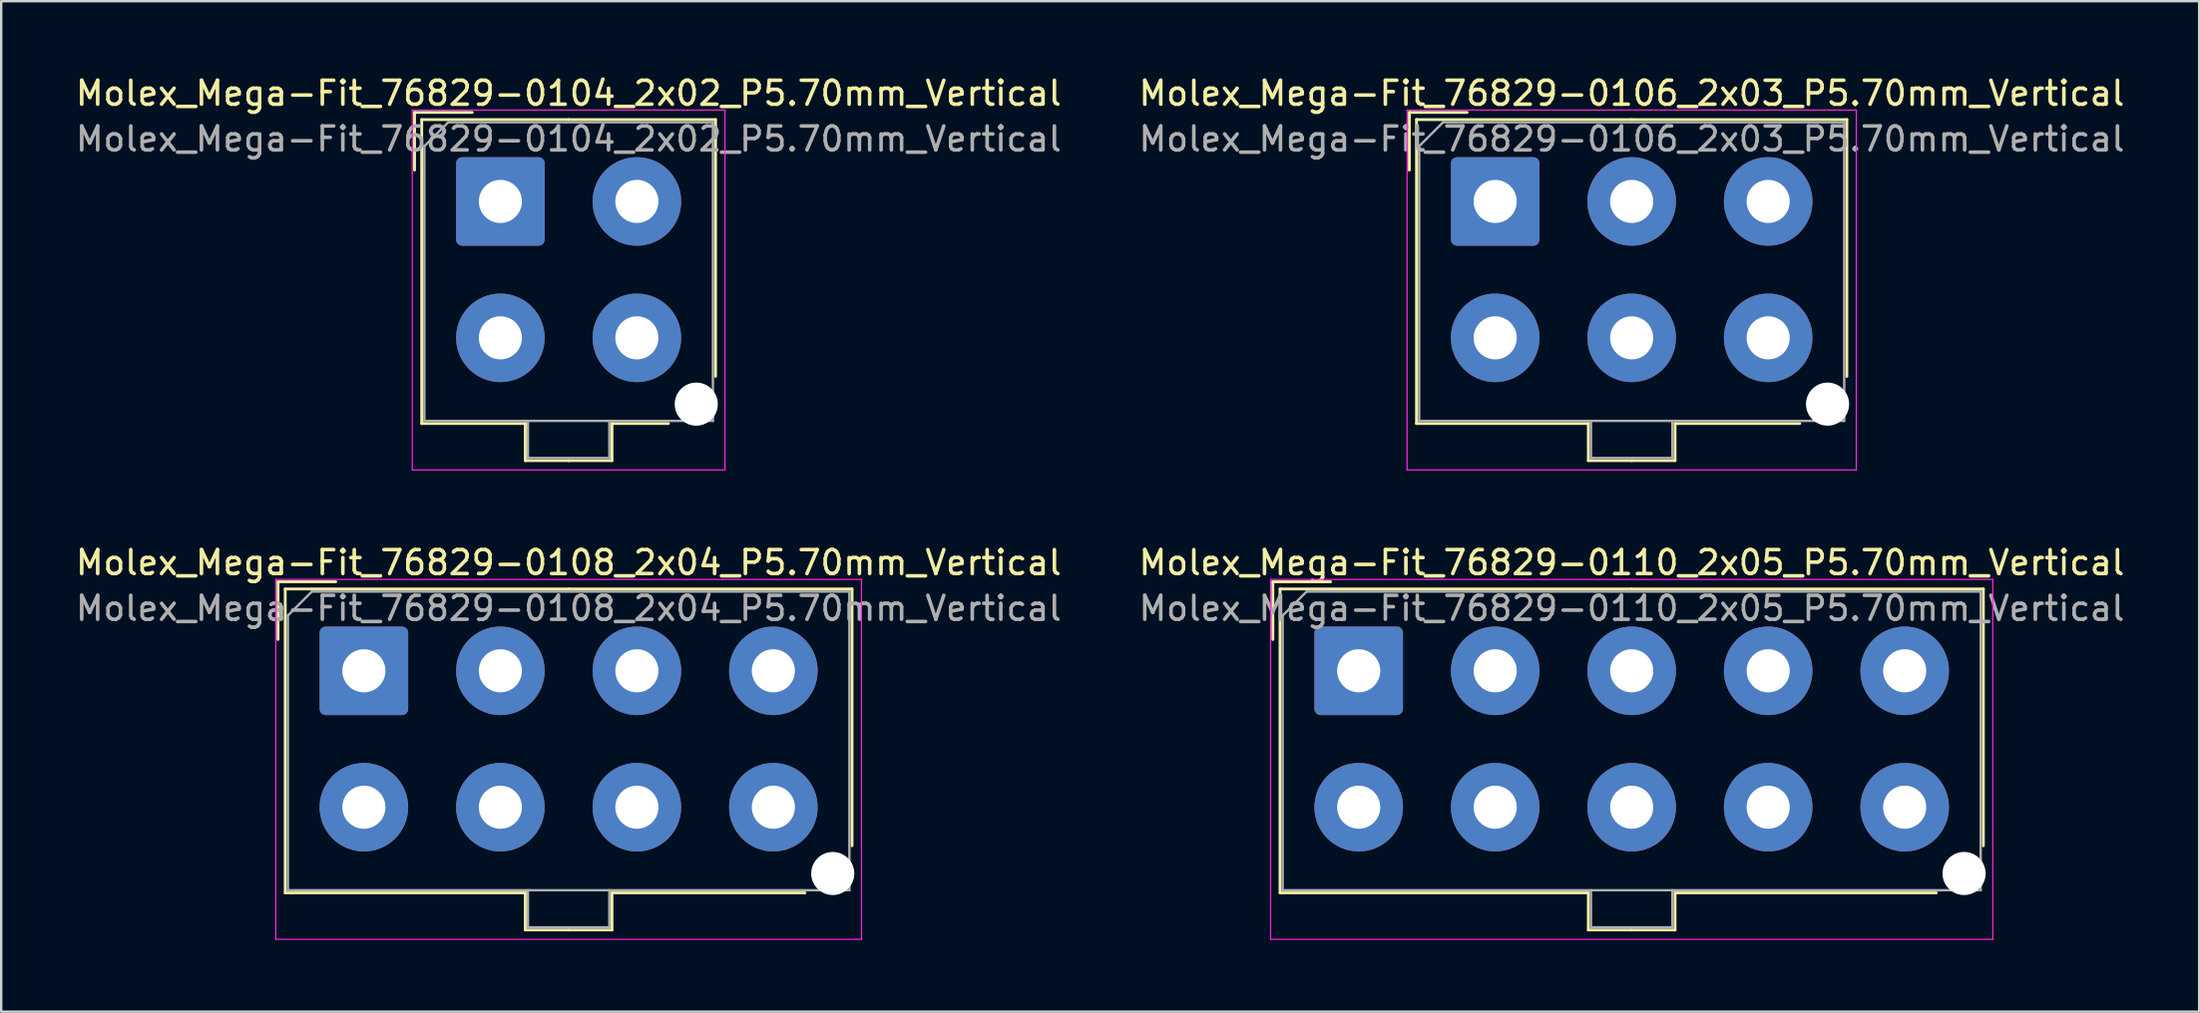
<source format=kicad_pcb>
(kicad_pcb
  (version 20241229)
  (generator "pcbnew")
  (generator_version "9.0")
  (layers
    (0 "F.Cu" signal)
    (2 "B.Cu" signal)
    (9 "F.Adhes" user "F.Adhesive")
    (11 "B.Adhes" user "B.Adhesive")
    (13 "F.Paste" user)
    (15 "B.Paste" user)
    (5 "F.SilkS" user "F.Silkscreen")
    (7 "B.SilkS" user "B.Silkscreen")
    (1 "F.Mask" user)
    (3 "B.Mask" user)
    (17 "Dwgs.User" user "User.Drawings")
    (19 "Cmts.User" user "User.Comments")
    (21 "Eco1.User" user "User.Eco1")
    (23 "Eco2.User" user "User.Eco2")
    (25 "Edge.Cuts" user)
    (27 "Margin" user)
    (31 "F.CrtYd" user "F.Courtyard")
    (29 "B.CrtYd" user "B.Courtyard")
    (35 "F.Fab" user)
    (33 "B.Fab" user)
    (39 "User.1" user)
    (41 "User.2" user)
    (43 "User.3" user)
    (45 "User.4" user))
  (footprint "Molex_Mega-Fit_76829-0108_2x04_P5.70mm_Vertical"
    (layer "F.Cu")
    (at 12.146 24.982)
    (property "Reference" "Molex_Mega-Fit_76829-0108_2x04_P5.70mm_Vertical" (at 8.55 -4.52 0) (layer "F.SilkS") (effects (font (size 1 1) (thickness 0.15))))
    (attr through_hole)
    (fp_line (start -3.585 -3.72) (end -1.175 -3.72) (stroke (width 0.12) (type solid)) (layer "F.SilkS"))
    (fp_line (start -3.585 -1.31) (end -3.585 -3.72) (stroke (width 0.12) (type solid)) (layer "F.SilkS"))
    (fp_line (start -3.285 -3.42) (end -3.285 9.28) (stroke (width 0.12) (type solid)) (layer "F.SilkS"))
    (fp_line (start -3.285 9.28) (end 6.74 9.28) (stroke (width 0.12) (type solid)) (layer "F.SilkS"))
    (fp_line (start 6.74 9.28) (end 6.74 10.83) (stroke (width 0.12) (type solid)) (layer "F.SilkS"))
    (fp_line (start 6.74 10.83) (end 8.55 10.83) (stroke (width 0.12) (type solid)) (layer "F.SilkS"))
    (fp_line (start 8.55 -3.42) (end -3.285 -3.42) (stroke (width 0.12) (type solid)) (layer "F.SilkS"))
    (fp_line (start 8.55 -3.42) (end 20.385 -3.42) (stroke (width 0.12) (type solid)) (layer "F.SilkS"))
    (fp_line (start 10.36 9.28) (end 10.36 10.83) (stroke (width 0.12) (type solid)) (layer "F.SilkS"))
    (fp_line (start 10.36 10.83) (end 8.55 10.83) (stroke (width 0.12) (type solid)) (layer "F.SilkS"))
    (fp_line (start 18.42 9.28) (end 10.36 9.28) (stroke (width 0.12) (type solid)) (layer "F.SilkS"))
    (fp_line (start 20.385 -3.42) (end 20.385 7.31) (stroke (width 0.12) (type solid)) (layer "F.SilkS"))
    (fp_line (start -3.68 -3.82) (end -3.68 11.22) (stroke (width 0.05) (type solid)) (layer "F.CrtYd"))
    (fp_line (start -3.68 11.22) (end 20.78 11.22) (stroke (width 0.05) (type solid)) (layer "F.CrtYd"))
    (fp_line (start 20.78 -3.82) (end -3.68 -3.82) (stroke (width 0.05) (type solid)) (layer "F.CrtYd"))
    (fp_line (start 20.78 11.22) (end 20.78 -3.82) (stroke (width 0.05) (type solid)) (layer "F.CrtYd"))
    (fp_line (start -3.175 -2.31) (end -3.175 9.17) (stroke (width 0.1) (type solid)) (layer "F.Fab"))
    (fp_line (start -3.175 9.17) (end 20.275 9.17) (stroke (width 0.1) (type solid)) (layer "F.Fab"))
    (fp_line (start -2.175 -3.31) (end -3.175 -2.31) (stroke (width 0.1) (type solid)) (layer "F.Fab"))
    (fp_line (start 6.85 9.17) (end 6.85 10.72) (stroke (width 0.1) (type solid)) (layer "F.Fab"))
    (fp_line (start 6.85 10.72) (end 10.25 10.72) (stroke (width 0.1) (type solid)) (layer "F.Fab"))
    (fp_line (start 10.25 10.72) (end 10.25 9.17) (stroke (width 0.1) (type solid)) (layer "F.Fab"))
    (fp_line (start 20.275 -3.31) (end -2.175 -3.31) (stroke (width 0.1) (type solid)) (layer "F.Fab"))
    (fp_line (start 20.275 9.17) (end 20.275 -3.31) (stroke (width 0.1) (type solid)) (layer "F.Fab"))
    (fp_text user "${REFERENCE}" (at 8.55 -2.61 0) (layer "F.Fab") (effects (font (size 1 1) (thickness 0.15))))
    (pad "" np_thru_hole circle (at 19.58 8.47) (size 1.8 1.8) (drill 1.8) (layers "*.Cu" "*.Mask"))
    (pad "1" thru_hole roundrect (at 0 0) (size 3.7 3.7) (drill 1.8) (layers "*.Cu" "*.Mask") (roundrect_rratio 0.068))
    (pad "2" thru_hole circle (at 5.7 0) (size 3.7 3.7) (drill 1.8) (layers "*.Cu" "*.Mask"))
    (pad "3" thru_hole circle (at 11.4 0) (size 3.7 3.7) (drill 1.8) (layers "*.Cu" "*.Mask"))
    (pad "4" thru_hole circle (at 17.1 0) (size 3.7 3.7) (drill 1.8) (layers "*.Cu" "*.Mask"))
    (pad "5" thru_hole circle (at 0 5.7) (size 3.7 3.7) (drill 1.8) (layers "*.Cu" "*.Mask"))
    (pad "6" thru_hole circle (at 5.7 5.7) (size 3.7 3.7) (drill 1.8) (layers "*.Cu" "*.Mask"))
    (pad "7" thru_hole circle (at 11.4 5.7) (size 3.7 3.7) (drill 1.8) (layers "*.Cu" "*.Mask"))
    (pad "8" thru_hole circle (at 17.1 5.7) (size 3.7 3.7) (drill 1.8) (layers "*.Cu" "*.Mask")))
  (footprint "Molex_Mega-Fit_76829-0104_2x02_P5.70mm_Vertical"
    (layer "F.Cu")
    (at 17.846 5.368)
    (property "Reference" "Molex_Mega-Fit_76829-0104_2x02_P5.70mm_Vertical" (at 2.85 -4.52 0) (layer "F.SilkS") (effects (font (size 1 1) (thickness 0.15))))
    (attr through_hole)
    (fp_line (start -3.585 -3.72) (end -1.175 -3.72) (stroke (width 0.12) (type solid)) (layer "F.SilkS"))
    (fp_line (start -3.585 -1.31) (end -3.585 -3.72) (stroke (width 0.12) (type solid)) (layer "F.SilkS"))
    (fp_line (start -3.285 -3.42) (end -3.285 9.28) (stroke (width 0.12) (type solid)) (layer "F.SilkS"))
    (fp_line (start -3.285 9.28) (end 1.04 9.28) (stroke (width 0.12) (type solid)) (layer "F.SilkS"))
    (fp_line (start 1.04 9.28) (end 1.04 10.83) (stroke (width 0.12) (type solid)) (layer "F.SilkS"))
    (fp_line (start 1.04 10.83) (end 2.85 10.83) (stroke (width 0.12) (type solid)) (layer "F.SilkS"))
    (fp_line (start 2.85 -3.42) (end -3.285 -3.42) (stroke (width 0.12) (type solid)) (layer "F.SilkS"))
    (fp_line (start 2.85 -3.42) (end 8.985 -3.42) (stroke (width 0.12) (type solid)) (layer "F.SilkS"))
    (fp_line (start 4.66 9.28) (end 4.66 10.83) (stroke (width 0.12) (type solid)) (layer "F.SilkS"))
    (fp_line (start 4.66 10.83) (end 2.85 10.83) (stroke (width 0.12) (type solid)) (layer "F.SilkS"))
    (fp_line (start 7.02 9.28) (end 4.66 9.28) (stroke (width 0.12) (type solid)) (layer "F.SilkS"))
    (fp_line (start 8.985 -3.42) (end 8.985 7.31) (stroke (width 0.12) (type solid)) (layer "F.SilkS"))
    (fp_line (start -3.68 -3.82) (end -3.68 11.22) (stroke (width 0.05) (type solid)) (layer "F.CrtYd"))
    (fp_line (start -3.68 11.22) (end 9.38 11.22) (stroke (width 0.05) (type solid)) (layer "F.CrtYd"))
    (fp_line (start 9.38 -3.82) (end -3.68 -3.82) (stroke (width 0.05) (type solid)) (layer "F.CrtYd"))
    (fp_line (start 9.38 11.22) (end 9.38 -3.82) (stroke (width 0.05) (type solid)) (layer "F.CrtYd"))
    (fp_line (start -3.175 -2.31) (end -3.175 9.17) (stroke (width 0.1) (type solid)) (layer "F.Fab"))
    (fp_line (start -3.175 9.17) (end 8.875 9.17) (stroke (width 0.1) (type solid)) (layer "F.Fab"))
    (fp_line (start -2.175 -3.31) (end -3.175 -2.31) (stroke (width 0.1) (type solid)) (layer "F.Fab"))
    (fp_line (start 1.15 9.17) (end 1.15 10.72) (stroke (width 0.1) (type solid)) (layer "F.Fab"))
    (fp_line (start 1.15 10.72) (end 4.55 10.72) (stroke (width 0.1) (type solid)) (layer "F.Fab"))
    (fp_line (start 4.55 10.72) (end 4.55 9.17) (stroke (width 0.1) (type solid)) (layer "F.Fab"))
    (fp_line (start 8.875 -3.31) (end -2.175 -3.31) (stroke (width 0.1) (type solid)) (layer "F.Fab"))
    (fp_line (start 8.875 9.17) (end 8.875 -3.31) (stroke (width 0.1) (type solid)) (layer "F.Fab"))
    (fp_text user "${REFERENCE}" (at 2.85 -2.61 0) (layer "F.Fab") (effects (font (size 1 1) (thickness 0.15))))
    (pad "" np_thru_hole circle (at 8.18 8.47) (size 1.8 1.8) (drill 1.8) (layers "*.Cu" "*.Mask"))
    (pad "1" thru_hole roundrect (at 0 0) (size 3.7 3.7) (drill 1.8) (layers "*.Cu" "*.Mask") (roundrect_rratio 0.068))
    (pad "2" thru_hole circle (at 5.7 0) (size 3.7 3.7) (drill 1.8) (layers "*.Cu" "*.Mask"))
    (pad "3" thru_hole circle (at 0 5.7) (size 3.7 3.7) (drill 1.8) (layers "*.Cu" "*.Mask"))
    (pad "4" thru_hole circle (at 5.7 5.7) (size 3.7 3.7) (drill 1.8) (layers "*.Cu" "*.Mask")))
  (footprint "Molex_Mega-Fit_76829-0110_2x05_P5.70mm_Vertical"
    (layer "F.Cu")
    (at 53.689 24.982)
    (property "Reference" "Molex_Mega-Fit_76829-0110_2x05_P5.70mm_Vertical" (at 11.4 -4.52 0) (layer "F.SilkS") (effects (font (size 1 1) (thickness 0.15))))
    (attr through_hole)
    (fp_line (start -3.585 -3.72) (end -1.175 -3.72) (stroke (width 0.12) (type solid)) (layer "F.SilkS"))
    (fp_line (start -3.585 -1.31) (end -3.585 -3.72) (stroke (width 0.12) (type solid)) (layer "F.SilkS"))
    (fp_line (start -3.285 -3.42) (end -3.285 9.28) (stroke (width 0.12) (type solid)) (layer "F.SilkS"))
    (fp_line (start -3.285 9.28) (end 9.59 9.28) (stroke (width 0.12) (type solid)) (layer "F.SilkS"))
    (fp_line (start 9.59 9.28) (end 9.59 10.83) (stroke (width 0.12) (type solid)) (layer "F.SilkS"))
    (fp_line (start 9.59 10.83) (end 11.4 10.83) (stroke (width 0.12) (type solid)) (layer "F.SilkS"))
    (fp_line (start 11.4 -3.42) (end -3.285 -3.42) (stroke (width 0.12) (type solid)) (layer "F.SilkS"))
    (fp_line (start 11.4 -3.42) (end 26.085 -3.42) (stroke (width 0.12) (type solid)) (layer "F.SilkS"))
    (fp_line (start 13.21 9.28) (end 13.21 10.83) (stroke (width 0.12) (type solid)) (layer "F.SilkS"))
    (fp_line (start 13.21 10.83) (end 11.4 10.83) (stroke (width 0.12) (type solid)) (layer "F.SilkS"))
    (fp_line (start 24.12 9.28) (end 13.21 9.28) (stroke (width 0.12) (type solid)) (layer "F.SilkS"))
    (fp_line (start 26.085 -3.42) (end 26.085 7.31) (stroke (width 0.12) (type solid)) (layer "F.SilkS"))
    (fp_line (start -3.68 -3.82) (end -3.68 11.22) (stroke (width 0.05) (type solid)) (layer "F.CrtYd"))
    (fp_line (start -3.68 11.22) (end 26.48 11.22) (stroke (width 0.05) (type solid)) (layer "F.CrtYd"))
    (fp_line (start 26.48 -3.82) (end -3.68 -3.82) (stroke (width 0.05) (type solid)) (layer "F.CrtYd"))
    (fp_line (start 26.48 11.22) (end 26.48 -3.82) (stroke (width 0.05) (type solid)) (layer "F.CrtYd"))
    (fp_line (start -3.175 -2.31) (end -3.175 9.17) (stroke (width 0.1) (type solid)) (layer "F.Fab"))
    (fp_line (start -3.175 9.17) (end 25.975 9.17) (stroke (width 0.1) (type solid)) (layer "F.Fab"))
    (fp_line (start -2.175 -3.31) (end -3.175 -2.31) (stroke (width 0.1) (type solid)) (layer "F.Fab"))
    (fp_line (start 9.7 9.17) (end 9.7 10.72) (stroke (width 0.1) (type solid)) (layer "F.Fab"))
    (fp_line (start 9.7 10.72) (end 13.1 10.72) (stroke (width 0.1) (type solid)) (layer "F.Fab"))
    (fp_line (start 13.1 10.72) (end 13.1 9.17) (stroke (width 0.1) (type solid)) (layer "F.Fab"))
    (fp_line (start 25.975 -3.31) (end -2.175 -3.31) (stroke (width 0.1) (type solid)) (layer "F.Fab"))
    (fp_line (start 25.975 9.17) (end 25.975 -3.31) (stroke (width 0.1) (type solid)) (layer "F.Fab"))
    (fp_text user "${REFERENCE}" (at 11.4 -2.61 0) (layer "F.Fab") (effects (font (size 1 1) (thickness 0.15))))
    (pad "" np_thru_hole circle (at 25.28 8.47) (size 1.8 1.8) (drill 1.8) (layers "*.Cu" "*.Mask"))
    (pad "1" thru_hole roundrect (at 0 0) (size 3.7 3.7) (drill 1.8) (layers "*.Cu" "*.Mask") (roundrect_rratio 0.068))
    (pad "2" thru_hole circle (at 5.7 0) (size 3.7 3.7) (drill 1.8) (layers "*.Cu" "*.Mask"))
    (pad "3" thru_hole circle (at 11.4 0) (size 3.7 3.7) (drill 1.8) (layers "*.Cu" "*.Mask"))
    (pad "4" thru_hole circle (at 17.1 0) (size 3.7 3.7) (drill 1.8) (layers "*.Cu" "*.Mask"))
    (pad "5" thru_hole circle (at 22.8 0) (size 3.7 3.7) (drill 1.8) (layers "*.Cu" "*.Mask"))
    (pad "6" thru_hole circle (at 0 5.7) (size 3.7 3.7) (drill 1.8) (layers "*.Cu" "*.Mask"))
    (pad "7" thru_hole circle (at 5.7 5.7) (size 3.7 3.7) (drill 1.8) (layers "*.Cu" "*.Mask"))
    (pad "8" thru_hole circle (at 11.4 5.7) (size 3.7 3.7) (drill 1.8) (layers "*.Cu" "*.Mask"))
    (pad "9" thru_hole circle (at 17.1 5.7) (size 3.7 3.7) (drill 1.8) (layers "*.Cu" "*.Mask"))
    (pad "10" thru_hole circle (at 22.8 5.7) (size 3.7 3.7) (drill 1.8) (layers "*.Cu" "*.Mask")))
  (footprint "Molex_Mega-Fit_76829-0106_2x03_P5.70mm_Vertical"
    (layer "F.Cu")
    (at 59.389 5.368)
    (property "Reference" "Molex_Mega-Fit_76829-0106_2x03_P5.70mm_Vertical" (at 5.7 -4.52 0) (layer "F.SilkS") (effects (font (size 1 1) (thickness 0.15))))
    (attr through_hole)
    (fp_line (start -3.585 -3.72) (end -1.175 -3.72) (stroke (width 0.12) (type solid)) (layer "F.SilkS"))
    (fp_line (start -3.585 -1.31) (end -3.585 -3.72) (stroke (width 0.12) (type solid)) (layer "F.SilkS"))
    (fp_line (start -3.285 -3.42) (end -3.285 9.28) (stroke (width 0.12) (type solid)) (layer "F.SilkS"))
    (fp_line (start -3.285 9.28) (end 3.89 9.28) (stroke (width 0.12) (type solid)) (layer "F.SilkS"))
    (fp_line (start 3.89 9.28) (end 3.89 10.83) (stroke (width 0.12) (type solid)) (layer "F.SilkS"))
    (fp_line (start 3.89 10.83) (end 5.7 10.83) (stroke (width 0.12) (type solid)) (layer "F.SilkS"))
    (fp_line (start 5.7 -3.42) (end -3.285 -3.42) (stroke (width 0.12) (type solid)) (layer "F.SilkS"))
    (fp_line (start 5.7 -3.42) (end 14.685 -3.42) (stroke (width 0.12) (type solid)) (layer "F.SilkS"))
    (fp_line (start 7.51 9.28) (end 7.51 10.83) (stroke (width 0.12) (type solid)) (layer "F.SilkS"))
    (fp_line (start 7.51 10.83) (end 5.7 10.83) (stroke (width 0.12) (type solid)) (layer "F.SilkS"))
    (fp_line (start 12.72 9.28) (end 7.51 9.28) (stroke (width 0.12) (type solid)) (layer "F.SilkS"))
    (fp_line (start 14.685 -3.42) (end 14.685 7.31) (stroke (width 0.12) (type solid)) (layer "F.SilkS"))
    (fp_line (start -3.68 -3.82) (end -3.68 11.22) (stroke (width 0.05) (type solid)) (layer "F.CrtYd"))
    (fp_line (start -3.68 11.22) (end 15.08 11.22) (stroke (width 0.05) (type solid)) (layer "F.CrtYd"))
    (fp_line (start 15.08 -3.82) (end -3.68 -3.82) (stroke (width 0.05) (type solid)) (layer "F.CrtYd"))
    (fp_line (start 15.08 11.22) (end 15.08 -3.82) (stroke (width 0.05) (type solid)) (layer "F.CrtYd"))
    (fp_line (start -3.175 -2.31) (end -3.175 9.17) (stroke (width 0.1) (type solid)) (layer "F.Fab"))
    (fp_line (start -3.175 9.17) (end 14.575 9.17) (stroke (width 0.1) (type solid)) (layer "F.Fab"))
    (fp_line (start -2.175 -3.31) (end -3.175 -2.31) (stroke (width 0.1) (type solid)) (layer "F.Fab"))
    (fp_line (start 4 9.17) (end 4 10.72) (stroke (width 0.1) (type solid)) (layer "F.Fab"))
    (fp_line (start 4 10.72) (end 7.4 10.72) (stroke (width 0.1) (type solid)) (layer "F.Fab"))
    (fp_line (start 7.4 10.72) (end 7.4 9.17) (stroke (width 0.1) (type solid)) (layer "F.Fab"))
    (fp_line (start 14.575 -3.31) (end -2.175 -3.31) (stroke (width 0.1) (type solid)) (layer "F.Fab"))
    (fp_line (start 14.575 9.17) (end 14.575 -3.31) (stroke (width 0.1) (type solid)) (layer "F.Fab"))
    (fp_text user "${REFERENCE}" (at 5.7 -2.61 0) (layer "F.Fab") (effects (font (size 1 1) (thickness 0.15))))
    (pad "" np_thru_hole circle (at 13.88 8.47) (size 1.8 1.8) (drill 1.8) (layers "*.Cu" "*.Mask"))
    (pad "1" thru_hole roundrect (at 0 0) (size 3.7 3.7) (drill 1.8) (layers "*.Cu" "*.Mask") (roundrect_rratio 0.068))
    (pad "2" thru_hole circle (at 5.7 0) (size 3.7 3.7) (drill 1.8) (layers "*.Cu" "*.Mask"))
    (pad "3" thru_hole circle (at 11.4 0) (size 3.7 3.7) (drill 1.8) (layers "*.Cu" "*.Mask"))
    (pad "4" thru_hole circle (at 0 5.7) (size 3.7 3.7) (drill 1.8) (layers "*.Cu" "*.Mask"))
    (pad "5" thru_hole circle (at 5.7 5.7) (size 3.7 3.7) (drill 1.8) (layers "*.Cu" "*.Mask"))
    (pad "6" thru_hole circle (at 11.4 5.7) (size 3.7 3.7) (drill 1.8) (layers "*.Cu" "*.Mask")))
  (gr_rect
    (start -3 -3)
    (end 88.786 39.227)
    (stroke (width 0.1) (type default))
    (fill no)
    (layer "Edge.Cuts")))
</source>
